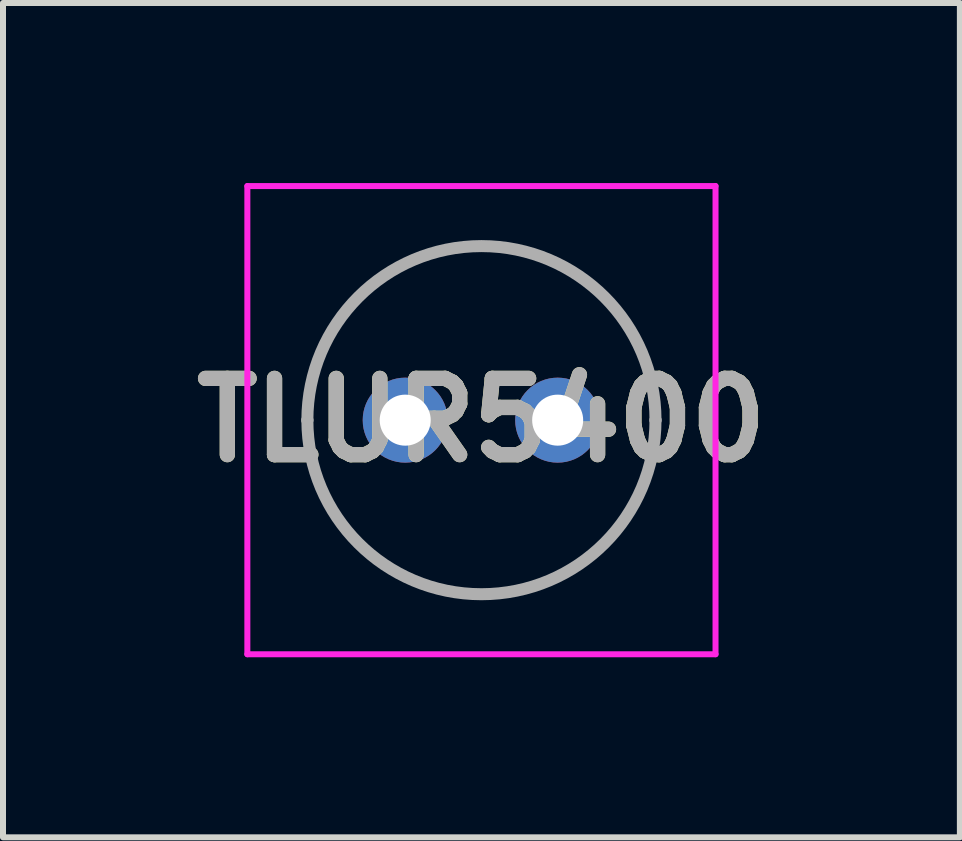
<source format=kicad_pcb>
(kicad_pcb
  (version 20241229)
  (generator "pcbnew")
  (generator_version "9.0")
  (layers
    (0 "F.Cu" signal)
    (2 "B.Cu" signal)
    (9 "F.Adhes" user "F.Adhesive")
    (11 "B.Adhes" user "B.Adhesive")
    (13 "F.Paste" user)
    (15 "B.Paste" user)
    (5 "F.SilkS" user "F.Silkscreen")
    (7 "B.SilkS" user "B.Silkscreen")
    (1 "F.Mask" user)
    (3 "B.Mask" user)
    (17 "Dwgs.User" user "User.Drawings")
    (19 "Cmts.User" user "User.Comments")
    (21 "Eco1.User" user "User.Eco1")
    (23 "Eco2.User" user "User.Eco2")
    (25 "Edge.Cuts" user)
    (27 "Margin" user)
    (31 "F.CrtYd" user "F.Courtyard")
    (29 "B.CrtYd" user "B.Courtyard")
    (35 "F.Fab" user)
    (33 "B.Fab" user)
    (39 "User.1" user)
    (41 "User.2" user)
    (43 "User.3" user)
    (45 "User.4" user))
  (footprint "TLUR5400"
    (layer "F.Cu")
    (at 3.701 3.95)
    (property "Reference" "TLUR5400" (at 1.27 0 0) (layer "F.SilkS") (effects (font (size 1.27 1.27) (thickness 0.254))))
    (attr through_hole)
    (fp_line (start -1.63 0) (end -1.63 0) (stroke (width 0.1) (type solid)) (layer "F.SilkS"))
    (fp_line (start 4.17 0) (end 4.17 0) (stroke (width 0.1) (type solid)) (layer "F.SilkS"))
    (fp_arc (start -1.63 0) (mid 1.27 -2.9) (end 4.17 0) (stroke (width 0.1) (type solid)) (layer "F.SilkS"))
    (fp_arc (start 4.17 0) (mid 1.27 2.9) (end -1.63 0) (stroke (width 0.1) (type solid)) (layer "F.SilkS"))
    (fp_line (start -2.63 -3.9) (end 5.17 -3.9) (stroke (width 0.1) (type solid)) (layer "F.CrtYd"))
    (fp_line (start -2.63 3.9) (end -2.63 -3.9) (stroke (width 0.1) (type solid)) (layer "F.CrtYd"))
    (fp_line (start 5.17 -3.9) (end 5.17 3.9) (stroke (width 0.1) (type solid)) (layer "F.CrtYd"))
    (fp_line (start 5.17 3.9) (end -2.63 3.9) (stroke (width 0.1) (type solid)) (layer "F.CrtYd"))
    (fp_line (start -1.63 0) (end -1.63 0) (stroke (width 0.2) (type solid)) (layer "F.Fab"))
    (fp_line (start 4.17 0) (end 4.17 0) (stroke (width 0.2) (type solid)) (layer "F.Fab"))
    (fp_arc (start -1.63 0) (mid 1.27 -2.9) (end 4.17 0) (stroke (width 0.2) (type solid)) (layer "F.Fab"))
    (fp_arc (start 4.17 0) (mid 1.27 2.9) (end -1.63 0) (stroke (width 0.2) (type solid)) (layer "F.Fab"))
    (fp_text user "${REFERENCE}" (at 1.27 0 0) (layer "F.Fab") (effects (font (size 1.27 1.27) (thickness 0.254))))
    (pad "1" thru_hole circle (at 0 0) (size 1.416 1.416) (drill 0.85) (layers "*.Cu" "*.Mask"))
    (pad "2" thru_hole circle (at 2.54 0) (size 1.416 1.416) (drill 0.85) (layers "*.Cu" "*.Mask")))
  (gr_rect
    (start -3 -3)
    (end 12.942 10.9)
    (stroke (width 0.1) (type default))
    (fill no)
    (layer "Edge.Cuts")))
</source>
